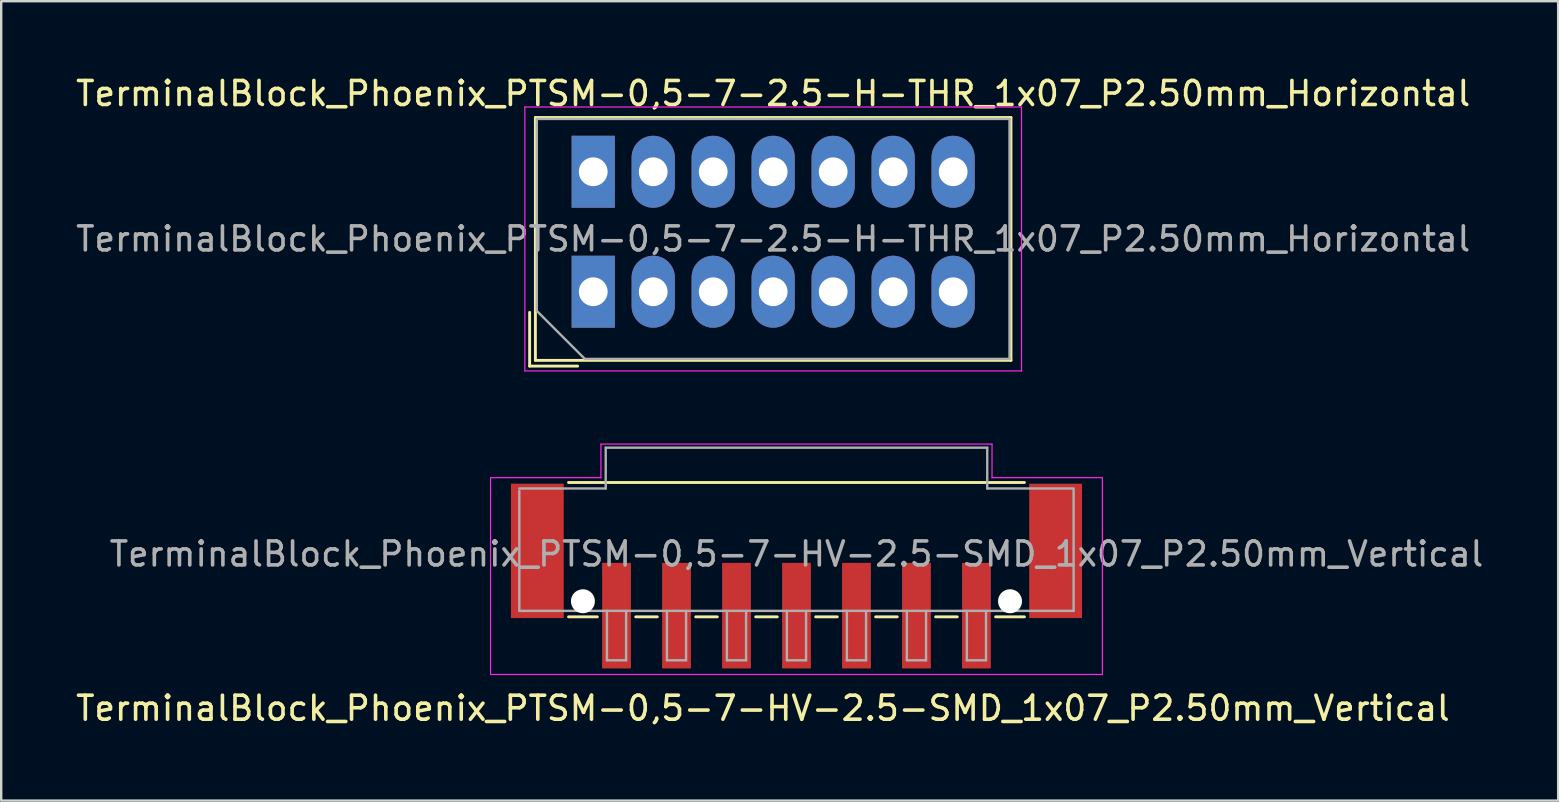
<source format=kicad_pcb>
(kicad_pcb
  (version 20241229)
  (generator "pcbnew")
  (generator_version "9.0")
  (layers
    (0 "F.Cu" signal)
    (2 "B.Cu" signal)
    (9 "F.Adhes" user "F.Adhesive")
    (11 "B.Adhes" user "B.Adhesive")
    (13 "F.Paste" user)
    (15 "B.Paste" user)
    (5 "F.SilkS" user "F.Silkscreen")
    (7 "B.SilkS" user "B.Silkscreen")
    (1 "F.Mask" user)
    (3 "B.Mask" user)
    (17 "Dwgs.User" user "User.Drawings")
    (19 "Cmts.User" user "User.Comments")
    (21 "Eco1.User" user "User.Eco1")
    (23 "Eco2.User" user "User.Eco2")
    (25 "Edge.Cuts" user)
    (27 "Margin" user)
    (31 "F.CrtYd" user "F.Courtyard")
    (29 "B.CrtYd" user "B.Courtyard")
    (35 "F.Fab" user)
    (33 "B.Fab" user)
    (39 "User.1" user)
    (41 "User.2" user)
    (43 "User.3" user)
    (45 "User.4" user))
  (footprint "TerminalBlock_Phoenix_PTSM-0,5-7-HV-2.5-SMD_1x07_P2.50mm_Vertical"
    (layer "F.Cu")
    (at 30.144 20.958)
    (property "Reference" "TerminalBlock_Phoenix_PTSM-0,5-7-HV-2.5-SMD_1x07_P2.50mm_Vertical" (at -1.4 5.51 0) (layer "F.SilkS") (effects (font (size 1 1) (thickness 0.15))))
    (attr smd)
    (fp_line (start -9.5 -3.9) (end 9.5 -3.9) (stroke (width 0.12) (type solid)) (layer "F.SilkS"))
    (fp_line (start -8.3 1.7) (end -9.5 1.7) (stroke (width 0.12) (type solid)) (layer "F.SilkS"))
    (fp_line (start -5.8 1.7) (end -6.7 1.7) (stroke (width 0.12) (type solid)) (layer "F.SilkS"))
    (fp_line (start -3.3 1.7) (end -4.2 1.7) (stroke (width 0.12) (type solid)) (layer "F.SilkS"))
    (fp_line (start -0.8 1.7) (end -1.7 1.7) (stroke (width 0.12) (type solid)) (layer "F.SilkS"))
    (fp_line (start 1.7 1.7) (end 0.8 1.7) (stroke (width 0.12) (type solid)) (layer "F.SilkS"))
    (fp_line (start 4.2 1.7) (end 3.3 1.7) (stroke (width 0.12) (type solid)) (layer "F.SilkS"))
    (fp_line (start 6.7 1.7) (end 5.8 1.7) (stroke (width 0.12) (type solid)) (layer "F.SilkS"))
    (fp_line (start 9.5 1.7) (end 8.3 1.7) (stroke (width 0.12) (type solid)) (layer "F.SilkS"))
    (fp_line (start -12.75 -4.1) (end -8.15 -4.1) (stroke (width 0.05) (type solid)) (layer "F.CrtYd"))
    (fp_line (start -12.75 4.1) (end -12.75 -4.1) (stroke (width 0.05) (type solid)) (layer "F.CrtYd"))
    (fp_line (start -8.15 -5.5) (end 8.15 -5.5) (stroke (width 0.05) (type solid)) (layer "F.CrtYd"))
    (fp_line (start -8.15 -4.1) (end -8.15 -5.5) (stroke (width 0.05) (type solid)) (layer "F.CrtYd"))
    (fp_line (start 8.15 -4.1) (end 8.15 -5.5) (stroke (width 0.05) (type solid)) (layer "F.CrtYd"))
    (fp_line (start 12.75 -4.1) (end 8.15 -4.1) (stroke (width 0.05) (type solid)) (layer "F.CrtYd"))
    (fp_line (start 12.75 -4.1) (end 12.75 4.1) (stroke (width 0.05) (type solid)) (layer "F.CrtYd"))
    (fp_line (start 12.75 4.1) (end -12.75 4.1) (stroke (width 0.05) (type solid)) (layer "F.CrtYd"))
    (fp_line (start -11.55 -3.65) (end -7.95 -3.65) (stroke (width 0.1) (type solid)) (layer "F.Fab"))
    (fp_line (start -11.55 1.45) (end -11.55 -3.55) (stroke (width 0.1) (type solid)) (layer "F.Fab"))
    (fp_line (start -7.95 -5.35) (end 7.95 -5.35) (stroke (width 0.1) (type solid)) (layer "F.Fab"))
    (fp_line (start -7.95 -3.65) (end -7.95 -5.35) (stroke (width 0.1) (type solid)) (layer "F.Fab"))
    (fp_line (start -7.9 1.45) (end -7.9 3.51) (stroke (width 0.1) (type solid)) (layer "F.Fab"))
    (fp_line (start -7.9 3.51) (end -7.1 3.51) (stroke (width 0.1) (type solid)) (layer "F.Fab"))
    (fp_line (start -7.1 1.45) (end -7.1 3.51) (stroke (width 0.1) (type solid)) (layer "F.Fab"))
    (fp_line (start -5.4 1.45) (end -5.4 3.51) (stroke (width 0.1) (type solid)) (layer "F.Fab"))
    (fp_line (start -5.4 3.51) (end -4.6 3.51) (stroke (width 0.1) (type solid)) (layer "F.Fab"))
    (fp_line (start -4.6 1.45) (end -4.6 3.51) (stroke (width 0.1) (type solid)) (layer "F.Fab"))
    (fp_line (start -2.9 1.45) (end -2.9 3.51) (stroke (width 0.1) (type solid)) (layer "F.Fab"))
    (fp_line (start -2.9 3.51) (end -2.1 3.51) (stroke (width 0.1) (type solid)) (layer "F.Fab"))
    (fp_line (start -2.1 1.45) (end -2.1 3.51) (stroke (width 0.1) (type solid)) (layer "F.Fab"))
    (fp_line (start -0.4 1.45) (end -0.4 3.51) (stroke (width 0.1) (type solid)) (layer "F.Fab"))
    (fp_line (start -0.4 3.51) (end 0.4 3.51) (stroke (width 0.1) (type solid)) (layer "F.Fab"))
    (fp_line (start 0.4 1.45) (end 0.4 3.51) (stroke (width 0.1) (type solid)) (layer "F.Fab"))
    (fp_line (start 2.1 1.45) (end 2.1 3.51) (stroke (width 0.1) (type solid)) (layer "F.Fab"))
    (fp_line (start 2.1 3.51) (end 2.9 3.51) (stroke (width 0.1) (type solid)) (layer "F.Fab"))
    (fp_line (start 2.9 1.45) (end 2.9 3.51) (stroke (width 0.1) (type solid)) (layer "F.Fab"))
    (fp_line (start 4.6 1.45) (end 4.6 3.51) (stroke (width 0.1) (type solid)) (layer "F.Fab"))
    (fp_line (start 4.6 3.51) (end 5.4 3.51) (stroke (width 0.1) (type solid)) (layer "F.Fab"))
    (fp_line (start 5.4 1.45) (end 5.4 3.51) (stroke (width 0.1) (type solid)) (layer "F.Fab"))
    (fp_line (start 7.1 1.45) (end 7.1 3.51) (stroke (width 0.1) (type solid)) (layer "F.Fab"))
    (fp_line (start 7.1 3.51) (end 7.9 3.51) (stroke (width 0.1) (type solid)) (layer "F.Fab"))
    (fp_line (start 7.9 1.45) (end 7.9 3.51) (stroke (width 0.1) (type solid)) (layer "F.Fab"))
    (fp_line (start 7.95 -5.35) (end 7.95 -3.65) (stroke (width 0.1) (type solid)) (layer "F.Fab"))
    (fp_line (start 7.95 -3.65) (end 11.55 -3.65) (stroke (width 0.1) (type solid)) (layer "F.Fab"))
    (fp_line (start 11.55 1.45) (end -11.55 1.45) (stroke (width 0.1) (type solid)) (layer "F.Fab"))
    (fp_line (start 11.55 1.45) (end 11.55 -3.6) (stroke (width 0.1) (type solid)) (layer "F.Fab"))
    (fp_text user "${REFERENCE}" (at 0 -0.92 0) (layer "F.Fab") (effects (font (size 1 1) (thickness 0.15))))
    (pad "" np_thru_hole circle (at -8.9 1.05) (size 1 1) (drill 1) (layers "*.Cu" "*.Mask"))
    (pad "" np_thru_hole circle (at 8.9 1.05) (size 1 1) (drill 1) (layers "*.Cu" "*.Mask"))
    (pad "1" smd rect (at -7.5 1.65 180) (size 1.2 4.4) (layers "F.Cu" "F.Mask" "F.Paste"))
    (pad "2" smd rect (at -5 1.65 180) (size 1.2 4.4) (layers "F.Cu" "F.Mask" "F.Paste"))
    (pad "3" smd rect (at -2.5 1.65 180) (size 1.2 4.4) (layers "F.Cu" "F.Mask" "F.Paste"))
    (pad "4" smd rect (at 0 1.65 180) (size 1.2 4.4) (layers "F.Cu" "F.Mask" "F.Paste"))
    (pad "5" smd rect (at 2.5 1.65 180) (size 1.2 4.4) (layers "F.Cu" "F.Mask" "F.Paste"))
    (pad "6" smd rect (at 5 1.65 180) (size 1.2 4.4) (layers "F.Cu" "F.Mask" "F.Paste"))
    (pad "7" smd rect (at 7.5 1.65 180) (size 1.2 4.4) (layers "F.Cu" "F.Mask" "F.Paste"))
    (pad "MP" smd rect (at -10.8 -1.05 180) (size 2.2 5.6) (layers "F.Cu" "F.Mask" "F.Paste"))
    (pad "MP" smd rect (at 10.8 -1.05 180) (size 2.2 5.6) (layers "F.Cu" "F.Mask" "F.Paste")))
  (footprint "TerminalBlock_Phoenix_PTSM-0,5-7-2.5-H-THR_1x07_P2.50mm_Horizontal"
    (layer "F.Cu")
    (at 21.673 9.108)
    (property "Reference" "TerminalBlock_Phoenix_PTSM-0,5-7-2.5-H-THR_1x07_P2.50mm_Horizontal" (at 7.5 -8.26 0) (layer "F.SilkS") (effects (font (size 1 1) (thickness 0.15))))
    (attr through_hole)
    (fp_line (start -2.65 0.86) (end -2.65 3.1) (stroke (width 0.12) (type solid)) (layer "F.SilkS"))
    (fp_line (start -2.65 3.1) (end -0.65 3.1) (stroke (width 0.12) (type solid)) (layer "F.SilkS"))
    (fp_line (start -2.41 -7.26) (end -2.41 2.86) (stroke (width 0.12) (type solid)) (layer "F.SilkS"))
    (fp_line (start -2.41 -7.26) (end 17.41 -7.26) (stroke (width 0.12) (type solid)) (layer "F.SilkS"))
    (fp_line (start -2.41 2.86) (end 17.41 2.86) (stroke (width 0.12) (type solid)) (layer "F.SilkS"))
    (fp_line (start 17.41 -7.26) (end 17.41 2.86) (stroke (width 0.12) (type solid)) (layer "F.SilkS"))
    (fp_line (start -2.85 -7.7) (end -2.85 3.3) (stroke (width 0.05) (type solid)) (layer "F.CrtYd"))
    (fp_line (start -2.85 3.3) (end 17.85 3.3) (stroke (width 0.05) (type solid)) (layer "F.CrtYd"))
    (fp_line (start 17.85 -7.7) (end -2.85 -7.7) (stroke (width 0.05) (type solid)) (layer "F.CrtYd"))
    (fp_line (start 17.85 3.3) (end 17.85 -7.7) (stroke (width 0.05) (type solid)) (layer "F.CrtYd"))
    (fp_line (start -2.35 -7.2) (end 17.35 -7.2) (stroke (width 0.1) (type solid)) (layer "F.Fab"))
    (fp_line (start -2.35 0.8) (end -2.35 -7.2) (stroke (width 0.1) (type solid)) (layer "F.Fab"))
    (fp_line (start -0.35 2.8) (end -2.35 0.8) (stroke (width 0.1) (type solid)) (layer "F.Fab"))
    (fp_line (start 17.35 -7.2) (end 17.35 2.8) (stroke (width 0.1) (type solid)) (layer "F.Fab"))
    (fp_line (start 17.35 2.8) (end -0.35 2.8) (stroke (width 0.1) (type solid)) (layer "F.Fab"))
    (fp_text user "${REFERENCE}" (at 7.5 -2.2 0) (layer "F.Fab") (effects (font (size 1 1) (thickness 0.15))))
    (pad "1" thru_hole rect (at 0 -5) (size 1.8 3) (drill 1.2) (layers "*.Cu" "*.Mask"))
    (pad "1" thru_hole rect (at 0 0) (size 1.8 3) (drill 1.2) (layers "*.Cu" "*.Mask"))
    (pad "2" thru_hole oval (at 2.5 -5) (size 1.8 3) (drill 1.2) (layers "*.Cu" "*.Mask"))
    (pad "2" thru_hole oval (at 2.5 0) (size 1.8 3) (drill 1.2) (layers "*.Cu" "*.Mask"))
    (pad "3" thru_hole oval (at 5 -5) (size 1.8 3) (drill 1.2) (layers "*.Cu" "*.Mask"))
    (pad "3" thru_hole oval (at 5 0) (size 1.8 3) (drill 1.2) (layers "*.Cu" "*.Mask"))
    (pad "4" thru_hole oval (at 7.5 -5) (size 1.8 3) (drill 1.2) (layers "*.Cu" "*.Mask"))
    (pad "4" thru_hole oval (at 7.5 0) (size 1.8 3) (drill 1.2) (layers "*.Cu" "*.Mask"))
    (pad "5" thru_hole oval (at 10 -5) (size 1.8 3) (drill 1.2) (layers "*.Cu" "*.Mask"))
    (pad "5" thru_hole oval (at 10 0) (size 1.8 3) (drill 1.2) (layers "*.Cu" "*.Mask"))
    (pad "6" thru_hole oval (at 12.5 -5) (size 1.8 3) (drill 1.2) (layers "*.Cu" "*.Mask"))
    (pad "6" thru_hole oval (at 12.5 0) (size 1.8 3) (drill 1.2) (layers "*.Cu" "*.Mask"))
    (pad "7" thru_hole oval (at 15 -5) (size 1.8 3) (drill 1.2) (layers "*.Cu" "*.Mask"))
    (pad "7" thru_hole oval (at 15 0) (size 1.8 3) (drill 1.2) (layers "*.Cu" "*.Mask")))
  (gr_rect
    (start -3 -3)
    (end 61.888 30.317)
    (stroke (width 0.1) (type default))
    (fill no)
    (layer "Edge.Cuts")))
</source>
